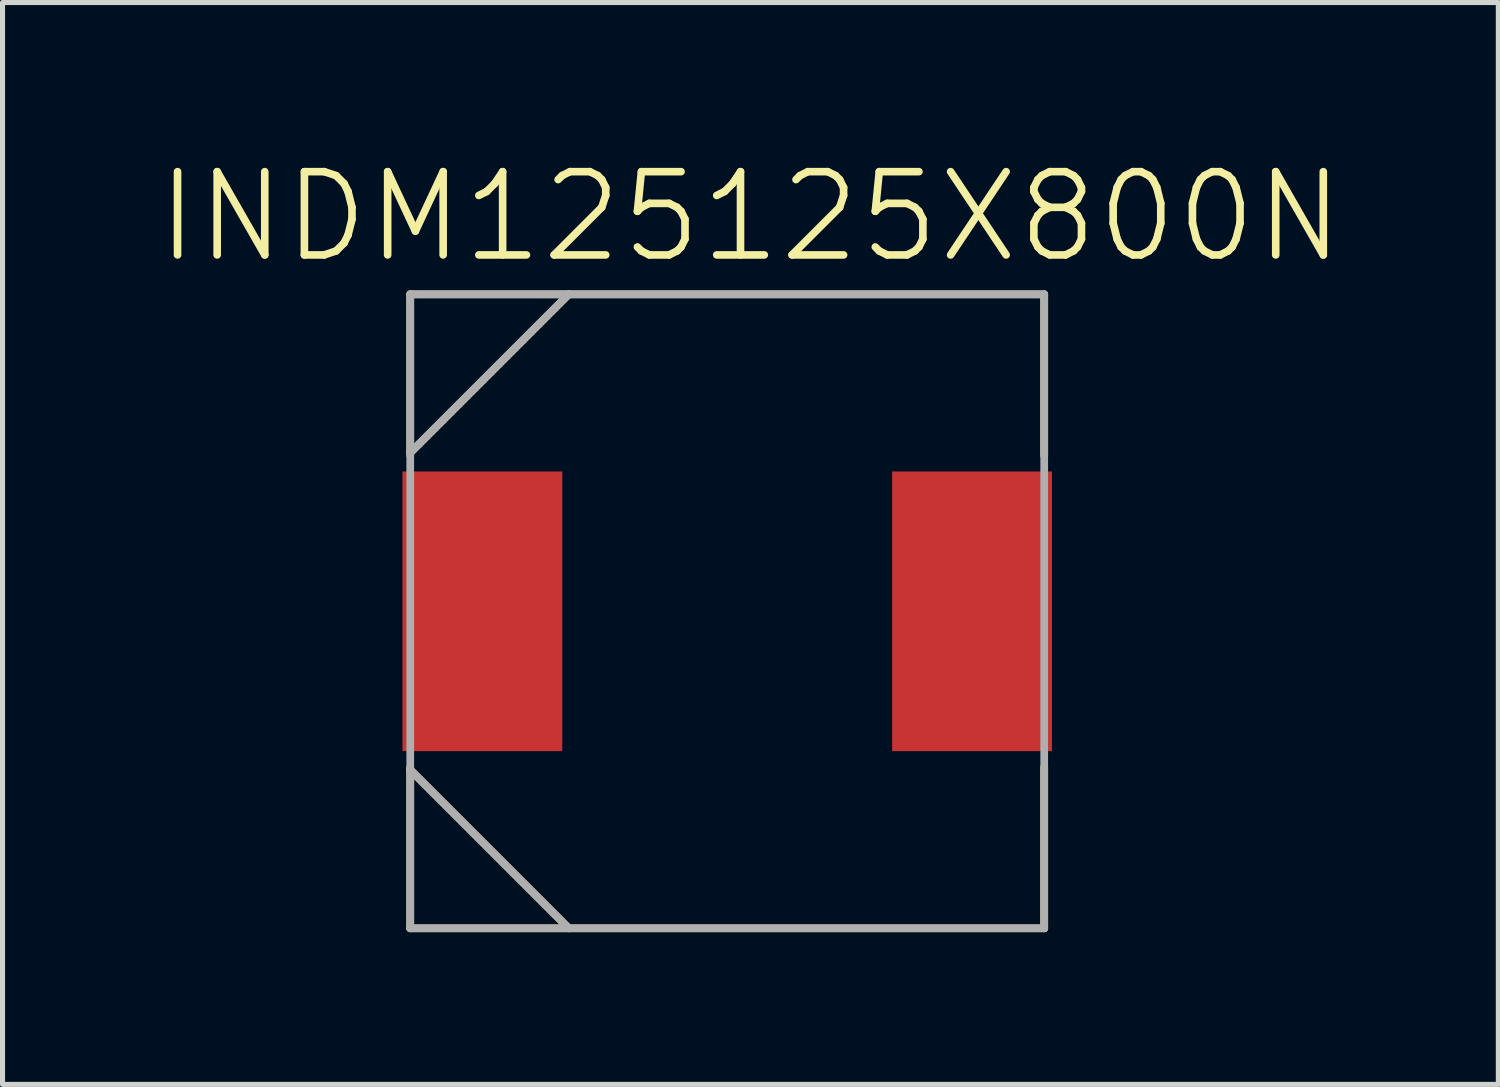
<source format=kicad_pcb>
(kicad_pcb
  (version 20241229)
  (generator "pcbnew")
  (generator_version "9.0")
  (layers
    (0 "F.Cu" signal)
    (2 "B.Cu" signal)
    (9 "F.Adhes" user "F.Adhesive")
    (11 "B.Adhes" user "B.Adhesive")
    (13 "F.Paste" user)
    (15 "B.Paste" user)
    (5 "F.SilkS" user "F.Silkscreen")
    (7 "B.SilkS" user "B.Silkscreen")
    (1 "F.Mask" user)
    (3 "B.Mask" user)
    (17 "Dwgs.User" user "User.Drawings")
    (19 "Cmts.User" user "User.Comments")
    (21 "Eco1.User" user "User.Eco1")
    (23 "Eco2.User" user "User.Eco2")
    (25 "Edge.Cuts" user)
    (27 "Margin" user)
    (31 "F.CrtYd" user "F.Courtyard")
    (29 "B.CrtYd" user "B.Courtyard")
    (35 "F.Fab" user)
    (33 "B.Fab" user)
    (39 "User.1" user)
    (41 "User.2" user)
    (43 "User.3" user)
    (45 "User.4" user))
  (footprint "INDM125125X800N"
    (layer "F.Cu")
    (at 11.284 8.999)
    (property "Reference" "INDM125125X800N" (at 0.457 -7.776 0) (layer "F.SilkS") (effects (font (size 1.641 1.641) (thickness 0.15))))
    (attr through_hole)
    (fp_line (start -6.248 -6.248) (end -6.248 -3.073) (stroke (width 0.152) (type solid)) (layer "F.SilkS"))
    (fp_line (start -6.248 -3.124) (end -3.124 -6.248) (stroke (width 0.152) (type solid)) (layer "F.SilkS"))
    (fp_line (start -6.248 3.073) (end -6.248 3.124) (stroke (width 0.152) (type solid)) (layer "F.SilkS"))
    (fp_line (start -6.248 3.124) (end -6.248 6.248) (stroke (width 0.152) (type solid)) (layer "F.SilkS"))
    (fp_line (start -6.248 3.124) (end -3.124 6.248) (stroke (width 0.152) (type solid)) (layer "F.SilkS"))
    (fp_line (start -6.248 6.248) (end 6.248 6.248) (stroke (width 0.152) (type solid)) (layer "F.SilkS"))
    (fp_line (start 6.248 -6.248) (end -6.248 -6.248) (stroke (width 0.152) (type solid)) (layer "F.SilkS"))
    (fp_line (start 6.248 -3.073) (end 6.248 -6.248) (stroke (width 0.152) (type solid)) (layer "F.SilkS"))
    (fp_line (start 6.248 6.248) (end 6.248 3.073) (stroke (width 0.152) (type solid)) (layer "F.SilkS"))
    (fp_line (start -6.248 -6.248) (end -6.248 6.248) (stroke (width 0.152) (type solid)) (layer "F.Fab"))
    (fp_line (start -6.248 -3.124) (end -3.124 -6.248) (stroke (width 0.152) (type solid)) (layer "F.Fab"))
    (fp_line (start -6.248 3.124) (end -3.124 6.248) (stroke (width 0.152) (type solid)) (layer "F.Fab"))
    (fp_line (start -6.248 6.248) (end 6.248 6.248) (stroke (width 0.152) (type solid)) (layer "F.Fab"))
    (fp_line (start 6.248 -6.248) (end -6.248 -6.248) (stroke (width 0.152) (type solid)) (layer "F.Fab"))
    (fp_line (start 6.248 6.248) (end 6.248 -6.248) (stroke (width 0.152) (type solid)) (layer "F.Fab"))
    (pad "1" smd rect (at -4.826 0) (size 3.15 5.512) (layers "F.Cu" "F.Mask" "F.Paste"))
    (pad "2" smd rect (at 4.826 0) (size 3.15 5.512) (layers "F.Cu" "F.Mask" "F.Paste")))
  (gr_rect
    (start -3 -3)
    (end 26.483 18.324)
    (stroke (width 0.1) (type default))
    (fill no)
    (layer "Edge.Cuts")))
</source>
